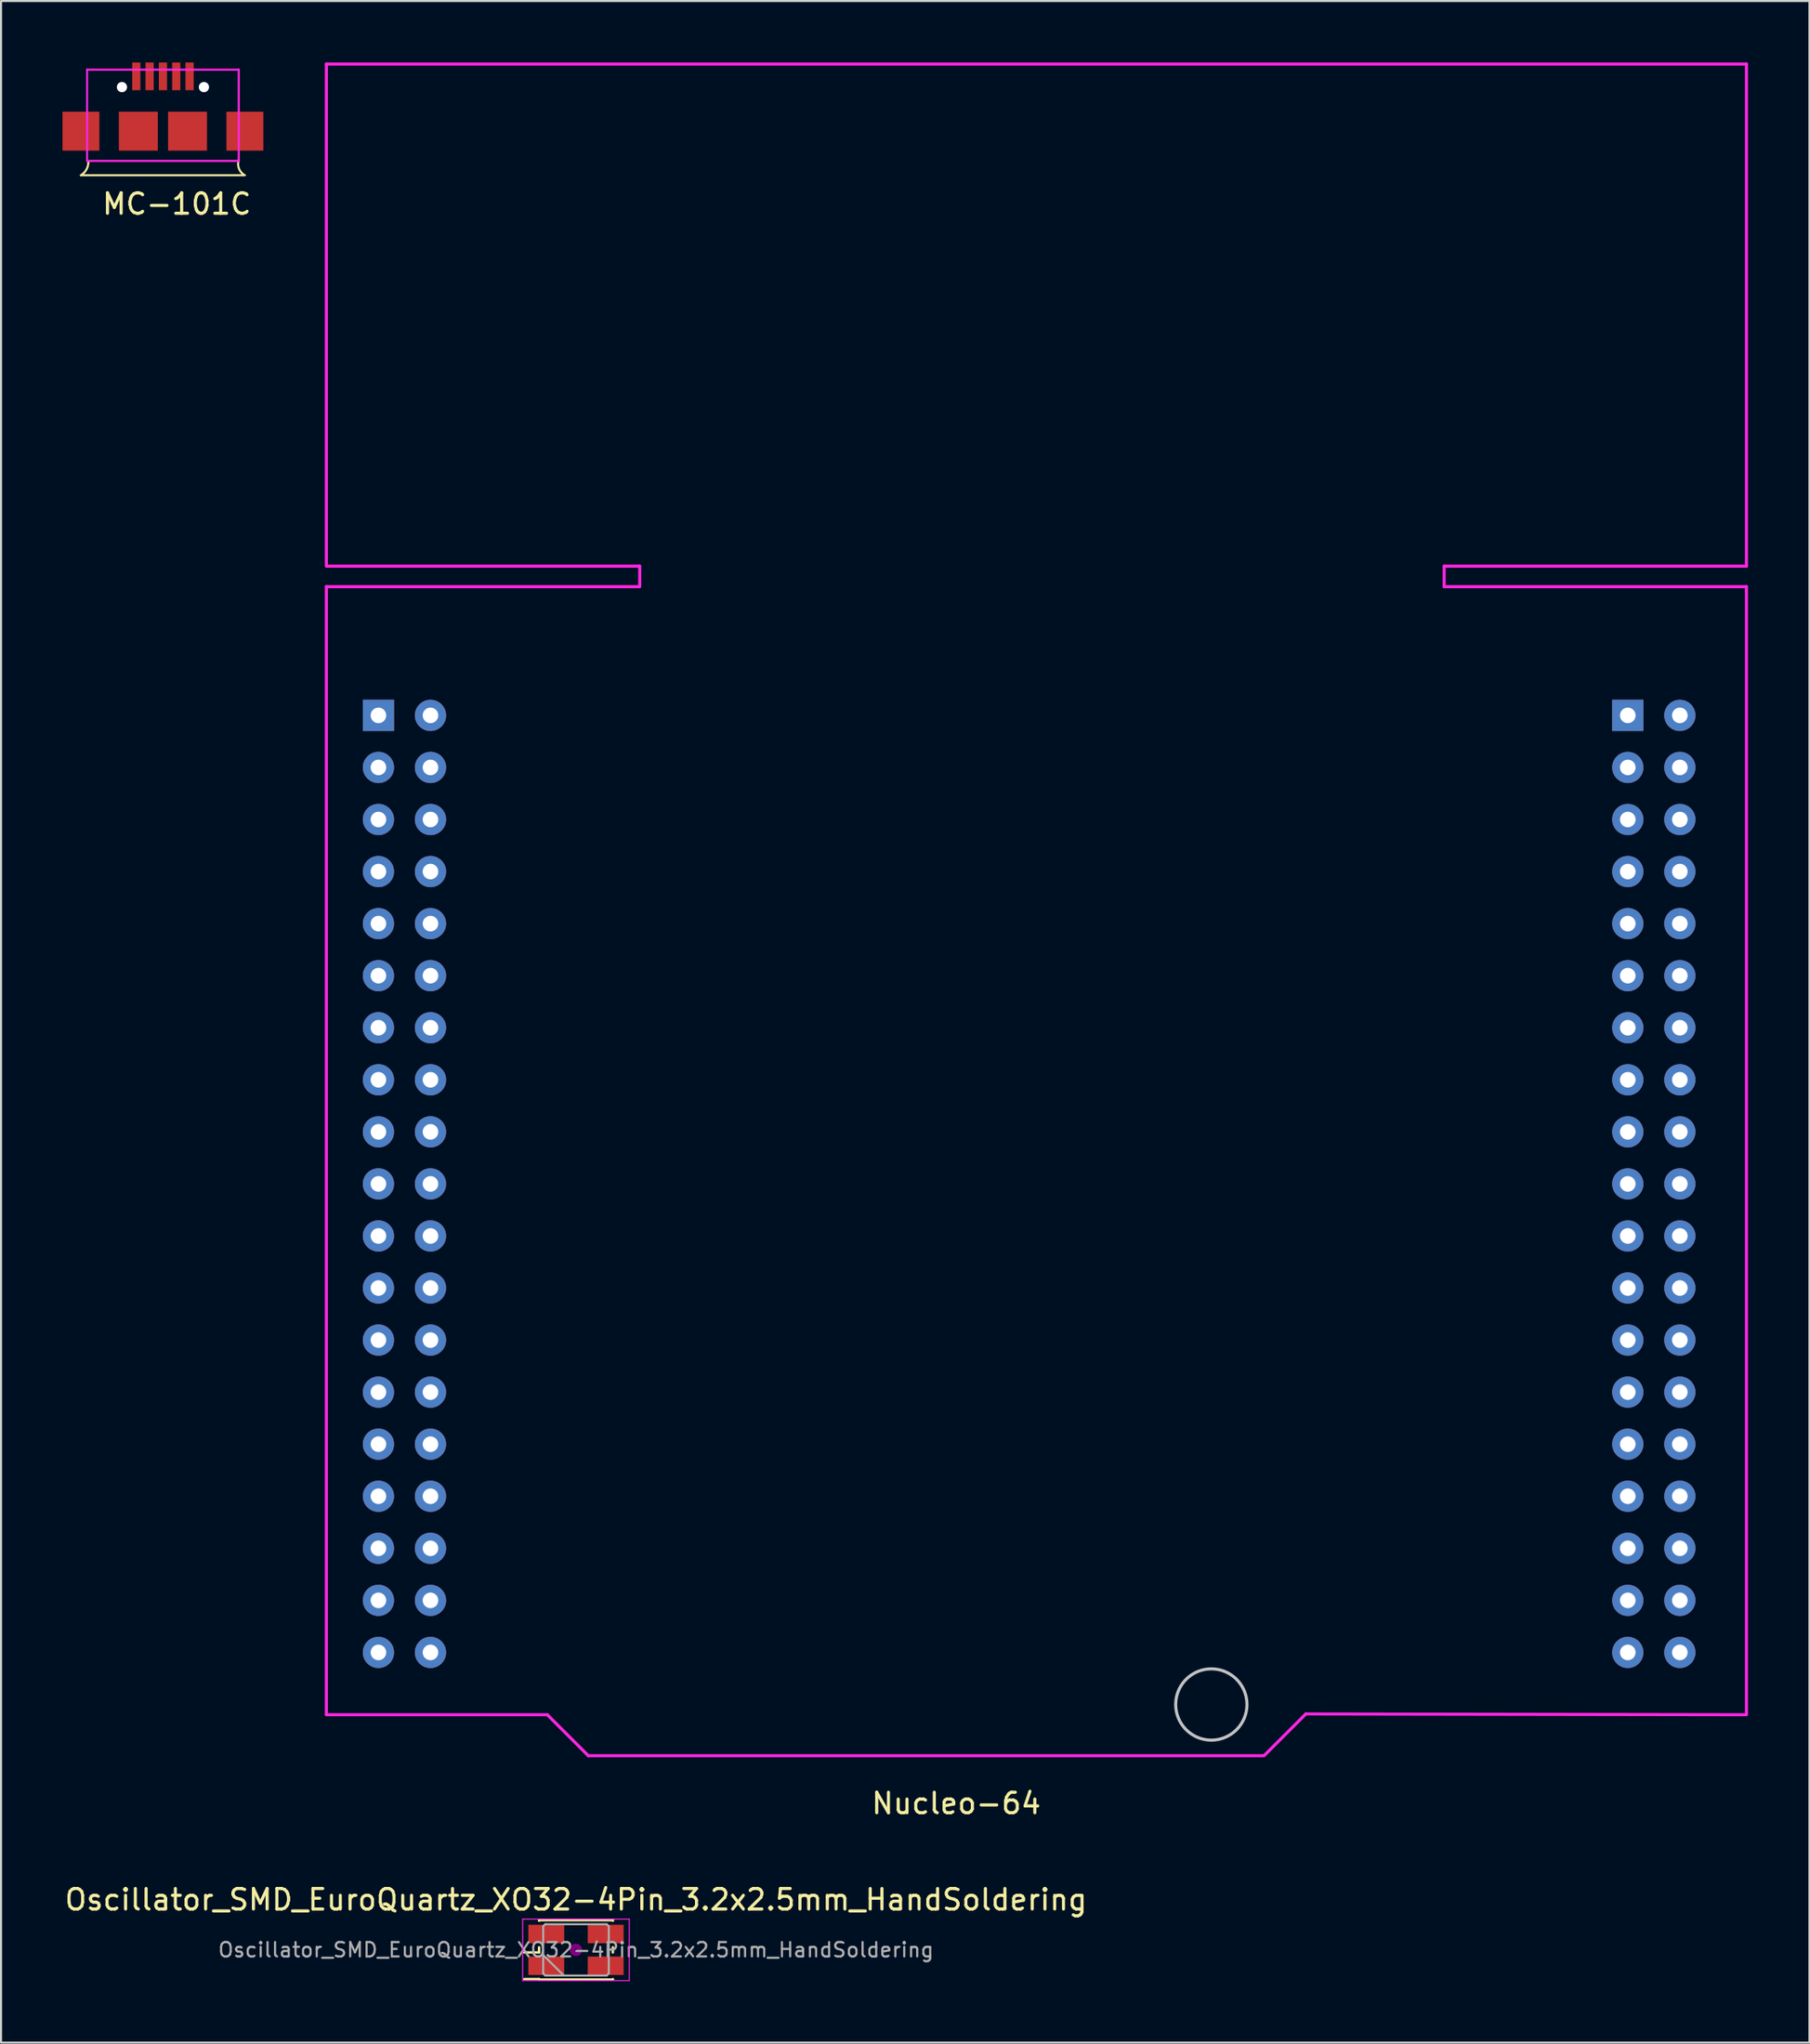
<source format=kicad_pcb>
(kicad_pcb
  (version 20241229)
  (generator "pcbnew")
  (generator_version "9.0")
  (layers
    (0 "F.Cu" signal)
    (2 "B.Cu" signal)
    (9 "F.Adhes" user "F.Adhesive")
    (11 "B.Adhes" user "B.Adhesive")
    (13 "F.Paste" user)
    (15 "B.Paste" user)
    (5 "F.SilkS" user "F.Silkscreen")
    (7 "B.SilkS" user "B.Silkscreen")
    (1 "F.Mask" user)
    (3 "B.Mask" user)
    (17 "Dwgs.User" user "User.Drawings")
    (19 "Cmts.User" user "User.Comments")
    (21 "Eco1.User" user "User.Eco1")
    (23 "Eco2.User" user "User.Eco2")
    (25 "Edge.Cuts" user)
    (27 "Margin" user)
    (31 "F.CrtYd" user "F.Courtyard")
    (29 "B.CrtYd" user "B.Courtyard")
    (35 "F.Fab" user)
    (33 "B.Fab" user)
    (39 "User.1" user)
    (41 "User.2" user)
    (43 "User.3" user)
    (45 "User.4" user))
  (footprint "Oscillator_SMD_EuroQuartz_XO32-4Pin_3.2x2.5mm_HandSoldering"
    (layer "F.Cu")
    (at 25.054 92.088)
    (property "Reference" "Oscillator_SMD_EuroQuartz_XO32-4Pin_3.2x2.5mm_HandSoldering" (at 0 -2.45 0) (layer "F.SilkS") (effects (font (size 1 1) (thickness 0.15))))
    (attr smd)
    (fp_line (start -2.525 0.125) (end -1.8 0.125) (stroke (width 0.12) (type solid)) (layer "F.SilkS"))
    (fp_line (start -2.525 1.425) (end -1.8 1.425) (stroke (width 0.12) (type solid)) (layer "F.SilkS"))
    (fp_line (start -1.8 -1.45) (end 1.8 -1.45) (stroke (width 0.12) (type solid)) (layer "F.SilkS"))
    (fp_line (start -1.8 -1.425) (end -1.8 -1.45) (stroke (width 0.12) (type solid)) (layer "F.SilkS"))
    (fp_line (start -1.8 0.125) (end -1.8 -0.125) (stroke (width 0.12) (type solid)) (layer "F.SilkS"))
    (fp_line (start -1.8 1.425) (end -1.8 1.45) (stroke (width 0.12) (type solid)) (layer "F.SilkS"))
    (fp_line (start -1.8 1.45) (end 1.8 1.45) (stroke (width 0.12) (type solid)) (layer "F.SilkS"))
    (fp_line (start 1.8 -1.45) (end 1.8 -1.425) (stroke (width 0.12) (type solid)) (layer "F.SilkS"))
    (fp_line (start 1.8 -0.125) (end 1.8 0.125) (stroke (width 0.12) (type solid)) (layer "F.SilkS"))
    (fp_line (start 1.8 1.45) (end 1.8 1.425) (stroke (width 0.12) (type solid)) (layer "F.SilkS"))
    (fp_circle (center 0 0) (end 0.058 0) (stroke (width 0.117) (type solid)) (fill no) (layer "F.Adhes"))
    (fp_circle (center 0 0) (end 0.133 0) (stroke (width 0.083) (type solid)) (fill no) (layer "F.Adhes"))
    (fp_circle (center 0 0) (end 0.208 0) (stroke (width 0.083) (type solid)) (fill no) (layer "F.Adhes"))
    (fp_circle (center 0 0) (end 0.25 0) (stroke (width 0.1) (type solid)) (fill no) (layer "F.Adhes"))
    (fp_line (start -2.6 -1.5) (end -2.6 1.5) (stroke (width 0.05) (type solid)) (layer "F.CrtYd"))
    (fp_line (start -2.6 1.5) (end 2.6 1.5) (stroke (width 0.05) (type solid)) (layer "F.CrtYd"))
    (fp_line (start 2.6 -1.5) (end -2.6 -1.5) (stroke (width 0.05) (type solid)) (layer "F.CrtYd"))
    (fp_line (start 2.6 1.5) (end 2.6 -1.5) (stroke (width 0.05) (type solid)) (layer "F.CrtYd"))
    (fp_line (start -1.6 -1.15) (end -1.5 -1.25) (stroke (width 0.1) (type solid)) (layer "F.Fab"))
    (fp_line (start -1.6 0.25) (end -0.6 1.25) (stroke (width 0.1) (type solid)) (layer "F.Fab"))
    (fp_line (start -1.6 1.15) (end -1.6 -1.15) (stroke (width 0.1) (type solid)) (layer "F.Fab"))
    (fp_line (start -1.5 -1.25) (end 1.5 -1.25) (stroke (width 0.1) (type solid)) (layer "F.Fab"))
    (fp_line (start -1.5 1.25) (end -1.6 1.15) (stroke (width 0.1) (type solid)) (layer "F.Fab"))
    (fp_line (start 1.5 -1.25) (end 1.6 -1.15) (stroke (width 0.1) (type solid)) (layer "F.Fab"))
    (fp_line (start 1.5 1.25) (end -1.5 1.25) (stroke (width 0.1) (type solid)) (layer "F.Fab"))
    (fp_line (start 1.6 -1.15) (end 1.6 1.15) (stroke (width 0.1) (type solid)) (layer "F.Fab"))
    (fp_line (start 1.6 1.15) (end 1.5 1.25) (stroke (width 0.1) (type solid)) (layer "F.Fab"))
    (fp_text user "${REFERENCE}" (at 0 0 0) (layer "F.Fab") (effects (font (size 0.7 0.7) (thickness 0.105))))
    (pad "1" smd rect (at -1.45 0.775) (size 1.75 0.9) (layers "F.Cu" "F.Mask" "F.Paste"))
    (pad "2" smd rect (at 1.45 0.775) (size 1.75 0.9) (layers "F.Cu" "F.Mask" "F.Paste"))
    (pad "3" smd rect (at 1.45 -0.775) (size 1.75 0.9) (layers "F.Cu" "F.Mask" "F.Paste"))
    (pad "4" smd rect (at -1.45 -0.775) (size 1.75 0.9) (layers "F.Cu" "F.Mask" "F.Paste")))
  (footprint "MC-101C"
    (layer "F.Cu")
    (at 4.9 1.35)
    (property "Reference" "MC-101C" (at 0.675 5.55 0) (layer "F.SilkS") (effects (font (size 1 1) (thickness 0.15))))
    (attr smd)
    (fp_line (start -4 4.15) (end 4 4.15) (stroke (width 0.1) (type solid)) (layer "F.SilkS"))
    (fp_arc (start -3.636784 3.5) (mid -3.733748 3.872299) (end -4.000001 4.149999) (stroke (width 0.1) (type solid)) (layer "F.SilkS"))
    (fp_arc (start 3.949178 4.126234) (mid 3.701779 3.805255) (end 3.700001 3.400001) (stroke (width 0.1) (type solid)) (layer "F.SilkS"))
    (fp_line (start -3.7 -1) (end -3.7 3.45) (stroke (width 0.1) (type solid)) (layer "F.CrtYd"))
    (fp_line (start -3.7 3.45) (end 3.7 3.45) (stroke (width 0.1) (type solid)) (layer "F.CrtYd"))
    (fp_line (start 3.7 -1) (end -3.7 -1) (stroke (width 0.1) (type solid)) (layer "F.CrtYd"))
    (fp_line (start 3.7 3.45) (end 3.7 -1) (stroke (width 0.1) (type solid)) (layer "F.CrtYd"))
    (pad "" np_thru_hole circle (at -2 -0.15) (size 0.5 0.5) (drill 0.5) (layers "*.Cu" "*.Mask"))
    (pad "" np_thru_hole circle (at 2 -0.15) (size 0.5 0.5) (drill 0.5) (layers "*.Cu" "*.Mask"))
    (pad "1" smd rect (at -1.3 -0.675) (size 0.4 1.35) (layers "F.Cu" "F.Mask" "F.Paste"))
    (pad "2" smd rect (at -0.65 -0.675) (size 0.4 1.35) (layers "F.Cu" "F.Mask" "F.Paste"))
    (pad "3" smd rect (at 0 -0.675) (size 0.4 1.35) (layers "F.Cu" "F.Mask" "F.Paste"))
    (pad "4" smd rect (at 0.65 -0.675) (size 0.4 1.35) (layers "F.Cu" "F.Mask" "F.Paste"))
    (pad "5" smd rect (at 1.3 -0.675) (size 0.4 1.35) (layers "F.Cu" "F.Mask" "F.Paste"))
    (pad "6" smd rect (at -4 2) (size 1.8 1.9) (layers "F.Cu" "F.Mask" "F.Paste"))
    (pad "6" smd rect (at -1.2 2) (size 1.9 1.9) (layers "F.Cu" "F.Mask" "F.Paste"))
    (pad "6" smd rect (at 1.2 2) (size 1.9 1.9) (layers "F.Cu" "F.Mask" "F.Paste"))
    (pad "6" smd rect (at 4 2) (size 1.8 1.9) (layers "F.Cu" "F.Mask" "F.Paste")))
  (footprint "Nucleo-64"
    (layer "F.Cu")
    (at 15.415 77.575)
    (property "Reference" "Nucleo-64" (at 28.194 7.366 0) (layer "F.SilkS") (effects (font (size 1 1) (thickness 0.15))))
    (attr through_hole)
    (fp_circle (center 40.64 2.54) (end 42.379 2.54) (stroke (width 0.15) (type solid)) (fill no) (layer "Dwgs.User"))
    (fp_line (start -2.54 -77.5) (end -2.54 -53) (stroke (width 0.15) (type solid)) (layer "F.CrtYd"))
    (fp_line (start -2.54 -52) (end -2.54 3) (stroke (width 0.15) (type solid)) (layer "F.CrtYd"))
    (fp_line (start -2.54 3.04) (end 8.25 3.04) (stroke (width 0.15) (type solid)) (layer "F.CrtYd"))
    (fp_line (start -2.5 -53) (end 12.75 -53) (stroke (width 0.15) (type solid)) (layer "F.CrtYd"))
    (fp_line (start 8.25 3.05) (end 10.25 5.05) (stroke (width 0.15) (type solid)) (layer "F.CrtYd"))
    (fp_line (start 10.25 5.04) (end 43.2 5.04) (stroke (width 0.15) (type solid)) (layer "F.CrtYd"))
    (fp_line (start 12.7 -52) (end -2.54 -52) (stroke (width 0.15) (type solid)) (layer "F.CrtYd"))
    (fp_line (start 12.75 -53) (end 12.75 -52) (stroke (width 0.15) (type solid)) (layer "F.CrtYd"))
    (fp_line (start 43.23 5.02) (end 45.25 3) (stroke (width 0.15) (type solid)) (layer "F.CrtYd"))
    (fp_line (start 45.25 3) (end 66.75 3.04) (stroke (width 0.15) (type solid)) (layer "F.CrtYd"))
    (fp_line (start 52 -53) (end 66.75 -53) (stroke (width 0.15) (type solid)) (layer "F.CrtYd"))
    (fp_line (start 52 -52) (end 52 -53) (stroke (width 0.15) (type solid)) (layer "F.CrtYd"))
    (fp_line (start 66.75 -53) (end 66.75 -77.5) (stroke (width 0.15) (type solid)) (layer "F.CrtYd"))
    (fp_line (start 66.75 -52) (end 52 -52) (stroke (width 0.15) (type solid)) (layer "F.CrtYd"))
    (fp_line (start 66.75 3) (end 66.75 -52) (stroke (width 0.15) (type solid)) (layer "F.CrtYd"))
    (fp_line (start 66.75 -77.5) (end -2.54 -77.5) (stroke (width 0.15) (type solid)) (layer "F.CrtYd"))
    (pad "1" thru_hole rect (at 0 -45.72) (size 1.524 1.524) (drill 0.762) (layers "*.Cu" "*.Mask"))
    (pad "2" thru_hole circle (at 2.54 -45.72) (size 1.524 1.524) (drill 0.762) (layers "*.Cu" "*.Mask"))
    (pad "3" thru_hole circle (at 0 -43.18) (size 1.524 1.524) (drill 0.762) (layers "*.Cu" "*.Mask"))
    (pad "4" thru_hole circle (at 2.54 -43.18) (size 1.524 1.524) (drill 0.762) (layers "*.Cu" "*.Mask"))
    (pad "5" thru_hole circle (at 0 -40.64) (size 1.524 1.524) (drill 0.762) (layers "*.Cu" "*.Mask"))
    (pad "6" thru_hole circle (at 2.54 -40.64) (size 1.524 1.524) (drill 0.762) (layers "*.Cu" "*.Mask"))
    (pad "7" thru_hole circle (at 0 -38.1) (size 1.524 1.524) (drill 0.762) (layers "*.Cu" "*.Mask"))
    (pad "8" thru_hole circle (at 2.54 -38.1) (size 1.524 1.524) (drill 0.762) (layers "*.Cu" "*.Mask"))
    (pad "9" thru_hole circle (at 0 -35.56) (size 1.524 1.524) (drill 0.762) (layers "*.Cu" "*.Mask"))
    (pad "10" thru_hole circle (at 2.54 -35.56) (size 1.524 1.524) (drill 0.762) (layers "*.Cu" "*.Mask"))
    (pad "11" thru_hole circle (at 0 -33.02) (size 1.524 1.524) (drill 0.762) (layers "*.Cu" "*.Mask"))
    (pad "12" thru_hole circle (at 2.54 -33.02) (size 1.524 1.524) (drill 0.762) (layers "*.Cu" "*.Mask"))
    (pad "13" thru_hole circle (at 0 -30.48) (size 1.524 1.524) (drill 0.762) (layers "*.Cu" "*.Mask"))
    (pad "14" thru_hole circle (at 2.54 -30.48) (size 1.524 1.524) (drill 0.762) (layers "*.Cu" "*.Mask"))
    (pad "15" thru_hole circle (at 0 -27.94) (size 1.524 1.524) (drill 0.762) (layers "*.Cu" "*.Mask"))
    (pad "16" thru_hole circle (at 2.54 -27.94) (size 1.524 1.524) (drill 0.762) (layers "*.Cu" "*.Mask"))
    (pad "17" thru_hole circle (at 0 -25.4) (size 1.524 1.524) (drill 0.762) (layers "*.Cu" "*.Mask"))
    (pad "18" thru_hole circle (at 2.54 -25.4) (size 1.524 1.524) (drill 0.762) (layers "*.Cu" "*.Mask"))
    (pad "19" thru_hole circle (at 0 -22.86) (size 1.524 1.524) (drill 0.762) (layers "*.Cu" "*.Mask"))
    (pad "20" thru_hole circle (at 2.54 -22.86) (size 1.524 1.524) (drill 0.762) (layers "*.Cu" "*.Mask"))
    (pad "21" thru_hole circle (at 0 -20.32) (size 1.524 1.524) (drill 0.762) (layers "*.Cu" "*.Mask"))
    (pad "22" thru_hole circle (at 2.54 -20.32) (size 1.524 1.524) (drill 0.762) (layers "*.Cu" "*.Mask"))
    (pad "23" thru_hole circle (at 0 -17.78) (size 1.524 1.524) (drill 0.762) (layers "*.Cu" "*.Mask"))
    (pad "24" thru_hole circle (at 2.54 -17.78) (size 1.524 1.524) (drill 0.762) (layers "*.Cu" "*.Mask"))
    (pad "25" thru_hole circle (at 0 -15.24) (size 1.524 1.524) (drill 0.762) (layers "*.Cu" "*.Mask"))
    (pad "26" thru_hole circle (at 2.54 -15.24) (size 1.524 1.524) (drill 0.762) (layers "*.Cu" "*.Mask"))
    (pad "27" thru_hole circle (at 0 -12.7) (size 1.524 1.524) (drill 0.762) (layers "*.Cu" "*.Mask"))
    (pad "28" thru_hole circle (at 2.54 -12.7) (size 1.524 1.524) (drill 0.762) (layers "*.Cu" "*.Mask"))
    (pad "29" thru_hole circle (at 0 -10.16) (size 1.524 1.524) (drill 0.762) (layers "*.Cu" "*.Mask"))
    (pad "30" thru_hole circle (at 2.54 -10.16) (size 1.524 1.524) (drill 0.762) (layers "*.Cu" "*.Mask"))
    (pad "31" thru_hole circle (at 0 -7.62) (size 1.524 1.524) (drill 0.762) (layers "*.Cu" "*.Mask"))
    (pad "32" thru_hole circle (at 2.54 -7.62) (size 1.524 1.524) (drill 0.762) (layers "*.Cu" "*.Mask"))
    (pad "33" thru_hole circle (at 0 -5.08) (size 1.524 1.524) (drill 0.762) (layers "*.Cu" "*.Mask"))
    (pad "34" thru_hole circle (at 2.54 -5.08) (size 1.524 1.524) (drill 0.762) (layers "*.Cu" "*.Mask"))
    (pad "35" thru_hole circle (at 0 -2.54) (size 1.524 1.524) (drill 0.762) (layers "*.Cu" "*.Mask"))
    (pad "36" thru_hole circle (at 2.54 -2.54) (size 1.524 1.524) (drill 0.762) (layers "*.Cu" "*.Mask"))
    (pad "37" thru_hole circle (at 0 0) (size 1.524 1.524) (drill 0.762) (layers "*.Cu" "*.Mask"))
    (pad "38" thru_hole circle (at 2.54 0) (size 1.524 1.524) (drill 0.762) (layers "*.Cu" "*.Mask"))
    (pad "39" thru_hole rect (at 60.96 -45.72) (size 1.524 1.524) (drill 0.762) (layers "*.Cu" "*.Mask"))
    (pad "40" thru_hole circle (at 63.5 -45.72) (size 1.524 1.524) (drill 0.762) (layers "*.Cu" "*.Mask"))
    (pad "41" thru_hole circle (at 60.96 -43.18) (size 1.524 1.524) (drill 0.762) (layers "*.Cu" "*.Mask"))
    (pad "42" thru_hole circle (at 63.5 -43.18) (size 1.524 1.524) (drill 0.762) (layers "*.Cu" "*.Mask"))
    (pad "43" thru_hole circle (at 60.96 -40.64) (size 1.524 1.524) (drill 0.762) (layers "*.Cu" "*.Mask"))
    (pad "44" thru_hole circle (at 63.5 -40.64) (size 1.524 1.524) (drill 0.762) (layers "*.Cu" "*.Mask"))
    (pad "45" thru_hole circle (at 60.96 -38.1) (size 1.524 1.524) (drill 0.762) (layers "*.Cu" "*.Mask"))
    (pad "46" thru_hole circle (at 63.5 -38.1) (size 1.524 1.524) (drill 0.762) (layers "*.Cu" "*.Mask"))
    (pad "47" thru_hole circle (at 60.96 -35.56) (size 1.524 1.524) (drill 0.762) (layers "*.Cu" "*.Mask"))
    (pad "48" thru_hole circle (at 63.5 -35.56) (size 1.524 1.524) (drill 0.762) (layers "*.Cu" "*.Mask"))
    (pad "49" thru_hole circle (at 60.96 -33.02) (size 1.524 1.524) (drill 0.762) (layers "*.Cu" "*.Mask"))
    (pad "50" thru_hole circle (at 63.5 -33.02) (size 1.524 1.524) (drill 0.762) (layers "*.Cu" "*.Mask"))
    (pad "51" thru_hole circle (at 60.96 -30.48) (size 1.524 1.524) (drill 0.762) (layers "*.Cu" "*.Mask"))
    (pad "52" thru_hole circle (at 63.5 -30.48) (size 1.524 1.524) (drill 0.762) (layers "*.Cu" "*.Mask"))
    (pad "53" thru_hole circle (at 60.96 -27.94) (size 1.524 1.524) (drill 0.762) (layers "*.Cu" "*.Mask"))
    (pad "54" thru_hole circle (at 63.5 -27.94) (size 1.524 1.524) (drill 0.762) (layers "*.Cu" "*.Mask"))
    (pad "55" thru_hole circle (at 60.96 -25.4) (size 1.524 1.524) (drill 0.762) (layers "*.Cu" "*.Mask"))
    (pad "56" thru_hole circle (at 63.5 -25.4) (size 1.524 1.524) (drill 0.762) (layers "*.Cu" "*.Mask"))
    (pad "57" thru_hole circle (at 60.96 -22.86) (size 1.524 1.524) (drill 0.762) (layers "*.Cu" "*.Mask"))
    (pad "58" thru_hole circle (at 63.5 -22.86) (size 1.524 1.524) (drill 0.762) (layers "*.Cu" "*.Mask"))
    (pad "59" thru_hole circle (at 60.96 -20.32) (size 1.524 1.524) (drill 0.762) (layers "*.Cu" "*.Mask"))
    (pad "60" thru_hole circle (at 63.5 -20.32) (size 1.524 1.524) (drill 0.762) (layers "*.Cu" "*.Mask"))
    (pad "61" thru_hole circle (at 60.96 -17.78) (size 1.524 1.524) (drill 0.762) (layers "*.Cu" "*.Mask"))
    (pad "62" thru_hole circle (at 63.5 -17.78) (size 1.524 1.524) (drill 0.762) (layers "*.Cu" "*.Mask"))
    (pad "63" thru_hole circle (at 60.96 -15.24) (size 1.524 1.524) (drill 0.762) (layers "*.Cu" "*.Mask"))
    (pad "64" thru_hole circle (at 63.5 -15.24) (size 1.524 1.524) (drill 0.762) (layers "*.Cu" "*.Mask"))
    (pad "65" thru_hole circle (at 60.96 -12.7) (size 1.524 1.524) (drill 0.762) (layers "*.Cu" "*.Mask"))
    (pad "66" thru_hole circle (at 63.5 -12.7) (size 1.524 1.524) (drill 0.762) (layers "*.Cu" "*.Mask"))
    (pad "67" thru_hole circle (at 60.96 -10.16) (size 1.524 1.524) (drill 0.762) (layers "*.Cu" "*.Mask"))
    (pad "68" thru_hole circle (at 63.5 -10.16) (size 1.524 1.524) (drill 0.762) (layers "*.Cu" "*.Mask"))
    (pad "69" thru_hole circle (at 60.96 -7.62) (size 1.524 1.524) (drill 0.762) (layers "*.Cu" "*.Mask"))
    (pad "70" thru_hole circle (at 63.5 -7.62) (size 1.524 1.524) (drill 0.762) (layers "*.Cu" "*.Mask"))
    (pad "71" thru_hole circle (at 60.96 -5.08) (size 1.524 1.524) (drill 0.762) (layers "*.Cu" "*.Mask"))
    (pad "72" thru_hole circle (at 63.5 -5.08) (size 1.524 1.524) (drill 0.762) (layers "*.Cu" "*.Mask"))
    (pad "73" thru_hole circle (at 60.96 -2.54) (size 1.524 1.524) (drill 0.762) (layers "*.Cu" "*.Mask"))
    (pad "74" thru_hole circle (at 63.5 -2.54) (size 1.524 1.524) (drill 0.762) (layers "*.Cu" "*.Mask"))
    (pad "75" thru_hole circle (at 60.96 0) (size 1.524 1.524) (drill 0.762) (layers "*.Cu" "*.Mask"))
    (pad "76" thru_hole circle (at 63.5 0) (size 1.524 1.524) (drill 0.762) (layers "*.Cu" "*.Mask")))
  (gr_rect
    (start -3 -3)
    (end 85.24 96.613)
    (stroke (width 0.1) (type default))
    (fill no)
    (layer "Edge.Cuts")))
</source>
